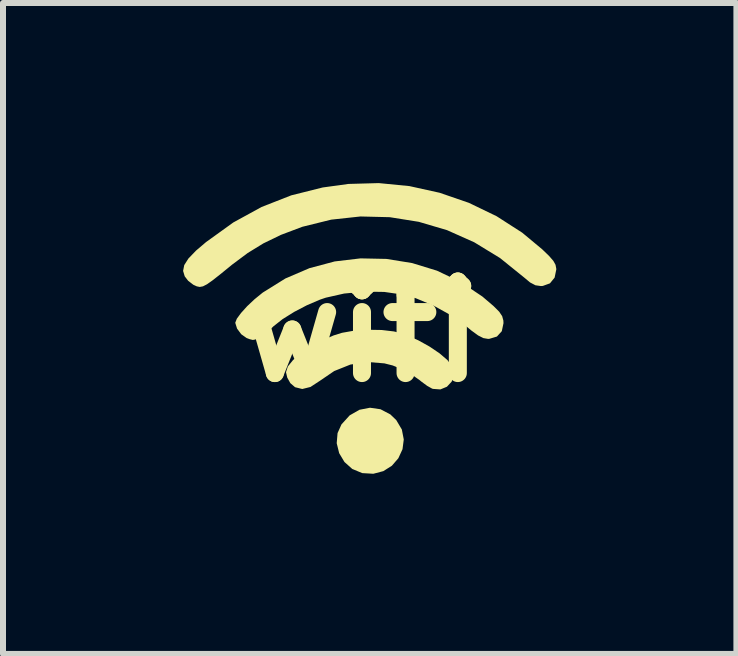
<source format=kicad_pcb>
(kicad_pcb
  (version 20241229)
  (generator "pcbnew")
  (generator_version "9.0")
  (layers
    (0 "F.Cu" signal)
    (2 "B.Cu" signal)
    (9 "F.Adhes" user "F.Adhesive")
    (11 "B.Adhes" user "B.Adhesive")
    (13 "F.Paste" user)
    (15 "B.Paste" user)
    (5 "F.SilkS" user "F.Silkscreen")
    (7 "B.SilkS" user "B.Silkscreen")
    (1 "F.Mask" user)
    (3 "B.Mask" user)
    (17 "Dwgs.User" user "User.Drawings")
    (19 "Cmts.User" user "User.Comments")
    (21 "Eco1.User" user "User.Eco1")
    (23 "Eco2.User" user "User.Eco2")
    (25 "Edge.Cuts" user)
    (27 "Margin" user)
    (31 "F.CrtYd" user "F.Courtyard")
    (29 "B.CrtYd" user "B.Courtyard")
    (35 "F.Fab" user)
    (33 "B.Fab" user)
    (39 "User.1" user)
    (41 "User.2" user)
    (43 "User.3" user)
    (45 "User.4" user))
  (footprint "wifi"
    (layer "F.Cu")
    (at 2.98 2.475)
    (property "Reference" "wifi" (at 0 0 0) (layer "F.SilkS") (effects (font (size 1.524 1.524) (thickness 0.3))))
    (attr board_only exclude_from_pos_files exclude_from_bom)
    (fp_poly (pts (xy 0.308 1.292) (xy 0.472 1.378) (xy 0.571 1.473) (xy 0.664 1.63) (xy 0.696 1.796) (xy 0.675 1.958) (xy 0.606 2.108) (xy 0.498 2.233) (xy 0.356 2.323) (xy 0.189 2.367) (xy 0.004 2.356) (xy -0.162 2.287) (xy -0.292 2.171) (xy -0.38 2.024) (xy -0.421 1.858) (xy -0.407 1.69) (xy -0.342 1.545) (xy -0.205 1.394) (xy -0.042 1.301) (xy 0.133 1.267)) (stroke (width 0) (type solid)) (fill yes) (layer "F.SilkS"))
    (fp_poly (pts (xy 0.328 -0.028) (xy 0.531 -0.004) (xy 0.562 0.003) (xy 0.746 0.06) (xy 0.938 0.144) (xy 1.125 0.248) (xy 1.291 0.36) (xy 1.422 0.472) (xy 1.502 0.576) (xy 1.511 0.594) (xy 1.531 0.719) (xy 1.494 0.832) (xy 1.415 0.917) (xy 1.306 0.962) (xy 1.181 0.953) (xy 1.165 0.947) (xy 1.085 0.902) (xy 0.99 0.832) (xy 0.962 0.809) (xy 0.754 0.662) (xy 0.512 0.563) (xy 0.373 0.528) (xy 0.089 0.505) (xy -0.193 0.548) (xy -0.463 0.656) (xy -0.711 0.825) (xy -0.713 0.826) (xy -0.858 0.921) (xy -0.995 0.955) (xy -1.115 0.925) (xy -1.194 0.857) (xy -1.245 0.765) (xy -1.266 0.675) (xy -1.235 0.58) (xy -1.148 0.472) (xy -1.016 0.358) (xy -0.852 0.246) (xy -0.667 0.145) (xy -0.471 0.062) (xy -0.333 0.019) (xy -0.136 -0.016) (xy 0.095 -0.032)) (stroke (width 0) (type solid)) (fill yes) (layer "F.SilkS"))
    (fp_poly (pts (xy 0.407 -1.212) (xy 0.835 -1.143) (xy 1.249 -1.016) (xy 1.642 -0.829) (xy 2.006 -0.585) (xy 2.19 -0.428) (xy 2.285 -0.333) (xy 2.335 -0.259) (xy 2.355 -0.186) (xy 2.357 -0.141) (xy 2.329 -0.008) (xy 2.248 0.081) (xy 2.122 0.119) (xy 2.099 0.12) (xy 2.022 0.107) (xy 1.935 0.063) (xy 1.821 -0.02) (xy 1.754 -0.076) (xy 1.495 -0.266) (xy 1.2 -0.43) (xy 0.896 -0.557) (xy 0.684 -0.617) (xy 0.372 -0.662) (xy 0.036 -0.667) (xy -0.298 -0.635) (xy -0.604 -0.566) (xy -0.701 -0.533) (xy -0.918 -0.44) (xy -1.132 -0.328) (xy -1.324 -0.208) (xy -1.474 -0.09) (xy -1.516 -0.049) (xy -1.6 0.026) (xy -1.697 0.091) (xy -1.783 0.132) (xy -1.819 0.138) (xy -1.871 0.125) (xy -1.922 0.106) (xy -2.011 0.043) (xy -2.081 -0.051) (xy -2.111 -0.147) (xy -2.111 -0.149) (xy -2.085 -0.216) (xy -2.015 -0.311) (xy -1.913 -0.424) (xy -1.791 -0.539) (xy -1.661 -0.645) (xy -1.652 -0.652) (xy -1.276 -0.886) (xy -0.875 -1.058) (xy -0.455 -1.17) (xy -0.025 -1.221)) (stroke (width 0) (type solid)) (fill yes) (layer "F.SilkS"))
    (fp_poly (pts (xy 0.79 -2.425) (xy 1.293 -2.314) (xy 1.781 -2.146) (xy 2.243 -1.923) (xy 2.669 -1.649) (xy 3.001 -1.373) (xy 3.117 -1.261) (xy 3.188 -1.179) (xy 3.224 -1.114) (xy 3.236 -1.051) (xy 3.237 -1.038) (xy 3.209 -0.901) (xy 3.131 -0.805) (xy 3.012 -0.762) (xy 2.98 -0.76) (xy 2.889 -0.773) (xy 2.8 -0.82) (xy 2.698 -0.905) (xy 2.299 -1.227) (xy 1.87 -1.489) (xy 1.417 -1.691) (xy 0.946 -1.83) (xy 0.463 -1.907) (xy -0.025 -1.919) (xy -0.513 -1.866) (xy -0.994 -1.747) (xy -1.349 -1.613) (xy -1.642 -1.471) (xy -1.903 -1.311) (xy -2.167 -1.114) (xy -2.192 -1.093) (xy -2.363 -0.954) (xy -2.489 -0.855) (xy -2.581 -0.79) (xy -2.649 -0.755) (xy -2.703 -0.745) (xy -2.752 -0.755) (xy -2.807 -0.78) (xy -2.813 -0.784) (xy -2.896 -0.848) (xy -2.953 -0.922) (xy -2.98 -1.012) (xy -2.961 -1.109) (xy -2.891 -1.219) (xy -2.765 -1.35) (xy -2.597 -1.493) (xy -2.144 -1.819) (xy -1.673 -2.077) (xy -1.178 -2.271) (xy -0.655 -2.402) (xy -0.226 -2.461) (xy 0.28 -2.475)) (stroke (width 0) (type solid)) (fill yes) (layer "F.SilkS")))
  (gr_rect
    (start -3 -3)
    (end 9.217 7.843)
    (stroke (width 0.1) (type default))
    (fill no)
    (layer "Edge.Cuts")))
</source>
